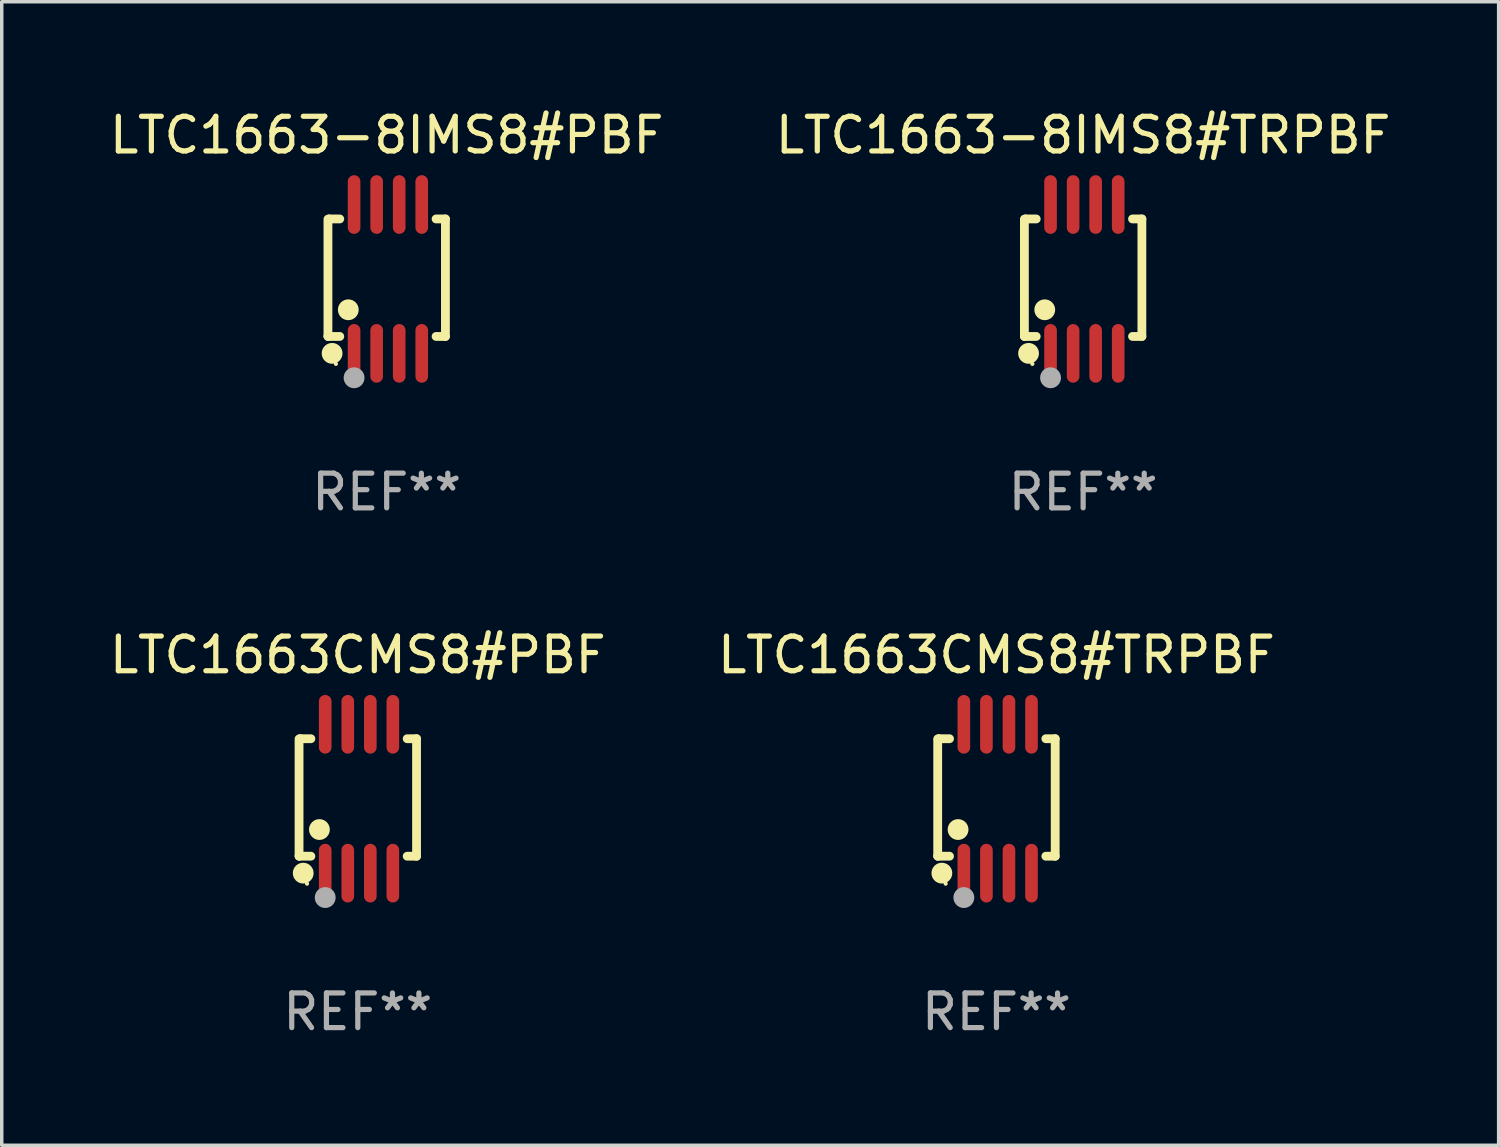
<source format=kicad_pcb>
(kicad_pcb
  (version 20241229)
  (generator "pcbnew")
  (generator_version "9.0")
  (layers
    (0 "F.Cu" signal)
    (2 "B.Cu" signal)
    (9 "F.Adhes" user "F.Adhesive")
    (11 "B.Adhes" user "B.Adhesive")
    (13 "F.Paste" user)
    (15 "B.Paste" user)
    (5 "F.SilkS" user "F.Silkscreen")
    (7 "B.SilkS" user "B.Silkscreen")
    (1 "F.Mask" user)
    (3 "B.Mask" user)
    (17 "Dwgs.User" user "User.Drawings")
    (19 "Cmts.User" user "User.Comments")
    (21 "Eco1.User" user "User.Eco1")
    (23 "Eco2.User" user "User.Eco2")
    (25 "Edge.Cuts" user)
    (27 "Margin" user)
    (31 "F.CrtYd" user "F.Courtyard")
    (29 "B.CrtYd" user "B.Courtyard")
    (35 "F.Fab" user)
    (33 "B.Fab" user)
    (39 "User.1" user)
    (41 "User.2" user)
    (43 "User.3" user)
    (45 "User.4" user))
  (footprint "LTC1663-8IMS8#TRPBF"
    (layer "F.Cu")
    (at 28.185 4.994)
    (property "Reference" "LTC1663-8IMS8#TRPBF" (at 0 -4.146 0) (layer "F.SilkS") (effects (font (size 1 1) (thickness 0.15))))
    (attr through_hole)
    (fp_line (start -1.694 -1.724) (end -1.694 1.652) (stroke (width 0.254) (type solid)) (layer "F.SilkS"))
    (fp_line (start -1.694 1.652) (end -1.688 1.658) (stroke (width 0.254) (type solid)) (layer "F.SilkS"))
    (fp_line (start -1.688 1.658) (end -1.353 1.658) (stroke (width 0.254) (type solid)) (layer "F.SilkS"))
    (fp_line (start -1.661 -1.73) (end -1.681 -1.71) (stroke (width 0.254) (type solid)) (layer "F.SilkS"))
    (fp_line (start -1.353 -1.73) (end -1.661 -1.73) (stroke (width 0.254) (type solid)) (layer "F.SilkS"))
    (fp_line (start 1.424 1.658) (end 1.694 1.658) (stroke (width 0.254) (type solid)) (layer "F.SilkS"))
    (fp_line (start 1.694 -1.73) (end 1.424 -1.73) (stroke (width 0.254) (type solid)) (layer "F.SilkS"))
    (fp_line (start 1.694 1.658) (end 1.694 -1.73) (stroke (width 0.254) (type solid)) (layer "F.SilkS"))
    (fp_circle (center -1.574 2.146) (end -1.424 2.146) (stroke (width 0.3) (type solid)) (fill no) (layer "F.SilkS"))
    (fp_circle (center -1.464 2.45) (end -1.434 2.45) (stroke (width 0.06) (type solid)) (fill no) (layer "F.SilkS"))
    (fp_circle (center -1.107 0.889) (end -0.957 0.889) (stroke (width 0.3) (type solid)) (fill no) (layer "F.SilkS"))
    (fp_circle (center -0.94 2.85) (end -0.789 2.85) (stroke (width 0.3) (type solid)) (fill no) (layer "F.Fab"))
    (fp_text user "REF**" (at 0 6.146 0) (layer "F.Fab") (effects (font (size 1 1) (thickness 0.15))))
    (pad "1" smd oval (at -0.94 2.146) (size 0.364 1.692) (layers "F.Cu" "F.Mask" "F.Paste"))
    (pad "2" smd oval (at -0.289 2.146) (size 0.364 1.692) (layers "F.Cu" "F.Mask" "F.Paste"))
    (pad "3" smd oval (at 0.361 2.146) (size 0.364 1.692) (layers "F.Cu" "F.Mask" "F.Paste"))
    (pad "4" smd oval (at 1.011 2.146) (size 0.364 1.692) (layers "F.Cu" "F.Mask" "F.Paste"))
    (pad "5" smd oval (at 1.011 -2.146) (size 0.364 1.692) (layers "F.Cu" "F.Mask" "F.Paste"))
    (pad "6" smd oval (at 0.361 -2.146) (size 0.364 1.692) (layers "F.Cu" "F.Mask" "F.Paste"))
    (pad "7" smd oval (at -0.289 -2.146) (size 0.364 1.692) (layers "F.Cu" "F.Mask" "F.Paste"))
    (pad "8" smd oval (at -0.94 -2.146) (size 0.364 1.692) (layers "F.Cu" "F.Mask" "F.Paste")))
  (footprint "LTC1663-8IMS8#PBF"
    (layer "F.Cu")
    (at 8.101 4.994)
    (property "Reference" "LTC1663-8IMS8#PBF" (at 0 -4.146 0) (layer "F.SilkS") (effects (font (size 1 1) (thickness 0.15))))
    (attr through_hole)
    (fp_line (start -1.694 -1.724) (end -1.694 1.652) (stroke (width 0.254) (type solid)) (layer "F.SilkS"))
    (fp_line (start -1.694 1.652) (end -1.688 1.658) (stroke (width 0.254) (type solid)) (layer "F.SilkS"))
    (fp_line (start -1.688 1.658) (end -1.353 1.658) (stroke (width 0.254) (type solid)) (layer "F.SilkS"))
    (fp_line (start -1.661 -1.73) (end -1.681 -1.71) (stroke (width 0.254) (type solid)) (layer "F.SilkS"))
    (fp_line (start -1.353 -1.73) (end -1.661 -1.73) (stroke (width 0.254) (type solid)) (layer "F.SilkS"))
    (fp_line (start 1.424 1.658) (end 1.694 1.658) (stroke (width 0.254) (type solid)) (layer "F.SilkS"))
    (fp_line (start 1.694 -1.73) (end 1.424 -1.73) (stroke (width 0.254) (type solid)) (layer "F.SilkS"))
    (fp_line (start 1.694 1.658) (end 1.694 -1.73) (stroke (width 0.254) (type solid)) (layer "F.SilkS"))
    (fp_circle (center -1.574 2.146) (end -1.424 2.146) (stroke (width 0.3) (type solid)) (fill no) (layer "F.SilkS"))
    (fp_circle (center -1.464 2.45) (end -1.434 2.45) (stroke (width 0.06) (type solid)) (fill no) (layer "F.SilkS"))
    (fp_circle (center -1.107 0.889) (end -0.957 0.889) (stroke (width 0.3) (type solid)) (fill no) (layer "F.SilkS"))
    (fp_circle (center -0.94 2.85) (end -0.789 2.85) (stroke (width 0.3) (type solid)) (fill no) (layer "F.Fab"))
    (fp_text user "REF**" (at 0 6.146 0) (layer "F.Fab") (effects (font (size 1 1) (thickness 0.15))))
    (pad "1" smd oval (at -0.94 2.146) (size 0.364 1.692) (layers "F.Cu" "F.Mask" "F.Paste"))
    (pad "2" smd oval (at -0.289 2.146) (size 0.364 1.692) (layers "F.Cu" "F.Mask" "F.Paste"))
    (pad "3" smd oval (at 0.361 2.146) (size 0.364 1.692) (layers "F.Cu" "F.Mask" "F.Paste"))
    (pad "4" smd oval (at 1.011 2.146) (size 0.364 1.692) (layers "F.Cu" "F.Mask" "F.Paste"))
    (pad "5" smd oval (at 1.011 -2.146) (size 0.364 1.692) (layers "F.Cu" "F.Mask" "F.Paste"))
    (pad "6" smd oval (at 0.361 -2.146) (size 0.364 1.692) (layers "F.Cu" "F.Mask" "F.Paste"))
    (pad "7" smd oval (at -0.289 -2.146) (size 0.364 1.692) (layers "F.Cu" "F.Mask" "F.Paste"))
    (pad "8" smd oval (at -0.94 -2.146) (size 0.364 1.692) (layers "F.Cu" "F.Mask" "F.Paste")))
  (footprint "LTC1663CMS8#PBF"
    (layer "F.Cu")
    (at 7.268 19.983)
    (property "Reference" "LTC1663CMS8#PBF" (at 0 -4.146 0) (layer "F.SilkS") (effects (font (size 1 1) (thickness 0.15))))
    (attr through_hole)
    (fp_line (start -1.694 -1.724) (end -1.694 1.652) (stroke (width 0.254) (type solid)) (layer "F.SilkS"))
    (fp_line (start -1.694 1.652) (end -1.688 1.658) (stroke (width 0.254) (type solid)) (layer "F.SilkS"))
    (fp_line (start -1.688 1.658) (end -1.353 1.658) (stroke (width 0.254) (type solid)) (layer "F.SilkS"))
    (fp_line (start -1.661 -1.73) (end -1.681 -1.71) (stroke (width 0.254) (type solid)) (layer "F.SilkS"))
    (fp_line (start -1.353 -1.73) (end -1.661 -1.73) (stroke (width 0.254) (type solid)) (layer "F.SilkS"))
    (fp_line (start 1.424 1.658) (end 1.694 1.658) (stroke (width 0.254) (type solid)) (layer "F.SilkS"))
    (fp_line (start 1.694 -1.73) (end 1.424 -1.73) (stroke (width 0.254) (type solid)) (layer "F.SilkS"))
    (fp_line (start 1.694 1.658) (end 1.694 -1.73) (stroke (width 0.254) (type solid)) (layer "F.SilkS"))
    (fp_circle (center -1.574 2.146) (end -1.424 2.146) (stroke (width 0.3) (type solid)) (fill no) (layer "F.SilkS"))
    (fp_circle (center -1.464 2.45) (end -1.434 2.45) (stroke (width 0.06) (type solid)) (fill no) (layer "F.SilkS"))
    (fp_circle (center -1.107 0.889) (end -0.957 0.889) (stroke (width 0.3) (type solid)) (fill no) (layer "F.SilkS"))
    (fp_circle (center -0.94 2.85) (end -0.789 2.85) (stroke (width 0.3) (type solid)) (fill no) (layer "F.Fab"))
    (fp_text user "REF**" (at 0 6.146 0) (layer "F.Fab") (effects (font (size 1 1) (thickness 0.15))))
    (pad "1" smd oval (at -0.94 2.146) (size 0.364 1.692) (layers "F.Cu" "F.Mask" "F.Paste"))
    (pad "2" smd oval (at -0.289 2.146) (size 0.364 1.692) (layers "F.Cu" "F.Mask" "F.Paste"))
    (pad "3" smd oval (at 0.361 2.146) (size 0.364 1.692) (layers "F.Cu" "F.Mask" "F.Paste"))
    (pad "4" smd oval (at 1.011 2.146) (size 0.364 1.692) (layers "F.Cu" "F.Mask" "F.Paste"))
    (pad "5" smd oval (at 1.011 -2.146) (size 0.364 1.692) (layers "F.Cu" "F.Mask" "F.Paste"))
    (pad "6" smd oval (at 0.361 -2.146) (size 0.364 1.692) (layers "F.Cu" "F.Mask" "F.Paste"))
    (pad "7" smd oval (at -0.289 -2.146) (size 0.364 1.692) (layers "F.Cu" "F.Mask" "F.Paste"))
    (pad "8" smd oval (at -0.94 -2.146) (size 0.364 1.692) (layers "F.Cu" "F.Mask" "F.Paste")))
  (footprint "LTC1663CMS8#TRPBF"
    (layer "F.Cu")
    (at 25.685 19.983)
    (property "Reference" "LTC1663CMS8#TRPBF" (at 0 -4.146 0) (layer "F.SilkS") (effects (font (size 1 1) (thickness 0.15))))
    (attr through_hole)
    (fp_line (start -1.694 -1.724) (end -1.694 1.652) (stroke (width 0.254) (type solid)) (layer "F.SilkS"))
    (fp_line (start -1.694 1.652) (end -1.688 1.658) (stroke (width 0.254) (type solid)) (layer "F.SilkS"))
    (fp_line (start -1.688 1.658) (end -1.353 1.658) (stroke (width 0.254) (type solid)) (layer "F.SilkS"))
    (fp_line (start -1.661 -1.73) (end -1.681 -1.71) (stroke (width 0.254) (type solid)) (layer "F.SilkS"))
    (fp_line (start -1.353 -1.73) (end -1.661 -1.73) (stroke (width 0.254) (type solid)) (layer "F.SilkS"))
    (fp_line (start 1.424 1.658) (end 1.694 1.658) (stroke (width 0.254) (type solid)) (layer "F.SilkS"))
    (fp_line (start 1.694 -1.73) (end 1.424 -1.73) (stroke (width 0.254) (type solid)) (layer "F.SilkS"))
    (fp_line (start 1.694 1.658) (end 1.694 -1.73) (stroke (width 0.254) (type solid)) (layer "F.SilkS"))
    (fp_circle (center -1.574 2.146) (end -1.424 2.146) (stroke (width 0.3) (type solid)) (fill no) (layer "F.SilkS"))
    (fp_circle (center -1.464 2.45) (end -1.434 2.45) (stroke (width 0.06) (type solid)) (fill no) (layer "F.SilkS"))
    (fp_circle (center -1.107 0.889) (end -0.957 0.889) (stroke (width 0.3) (type solid)) (fill no) (layer "F.SilkS"))
    (fp_circle (center -0.94 2.85) (end -0.789 2.85) (stroke (width 0.3) (type solid)) (fill no) (layer "F.Fab"))
    (fp_text user "REF**" (at 0 6.146 0) (layer "F.Fab") (effects (font (size 1 1) (thickness 0.15))))
    (pad "1" smd oval (at -0.94 2.146) (size 0.364 1.692) (layers "F.Cu" "F.Mask" "F.Paste"))
    (pad "2" smd oval (at -0.289 2.146) (size 0.364 1.692) (layers "F.Cu" "F.Mask" "F.Paste"))
    (pad "3" smd oval (at 0.361 2.146) (size 0.364 1.692) (layers "F.Cu" "F.Mask" "F.Paste"))
    (pad "4" smd oval (at 1.011 2.146) (size 0.364 1.692) (layers "F.Cu" "F.Mask" "F.Paste"))
    (pad "5" smd oval (at 1.011 -2.146) (size 0.364 1.692) (layers "F.Cu" "F.Mask" "F.Paste"))
    (pad "6" smd oval (at 0.361 -2.146) (size 0.364 1.692) (layers "F.Cu" "F.Mask" "F.Paste"))
    (pad "7" smd oval (at -0.289 -2.146) (size 0.364 1.692) (layers "F.Cu" "F.Mask" "F.Paste"))
    (pad "8" smd oval (at -0.94 -2.146) (size 0.364 1.692) (layers "F.Cu" "F.Mask" "F.Paste")))
  (gr_rect
    (start -3 -3)
    (end 40.167 29.977)
    (stroke (width 0.1) (type default))
    (fill no)
    (layer "Edge.Cuts")))
</source>
